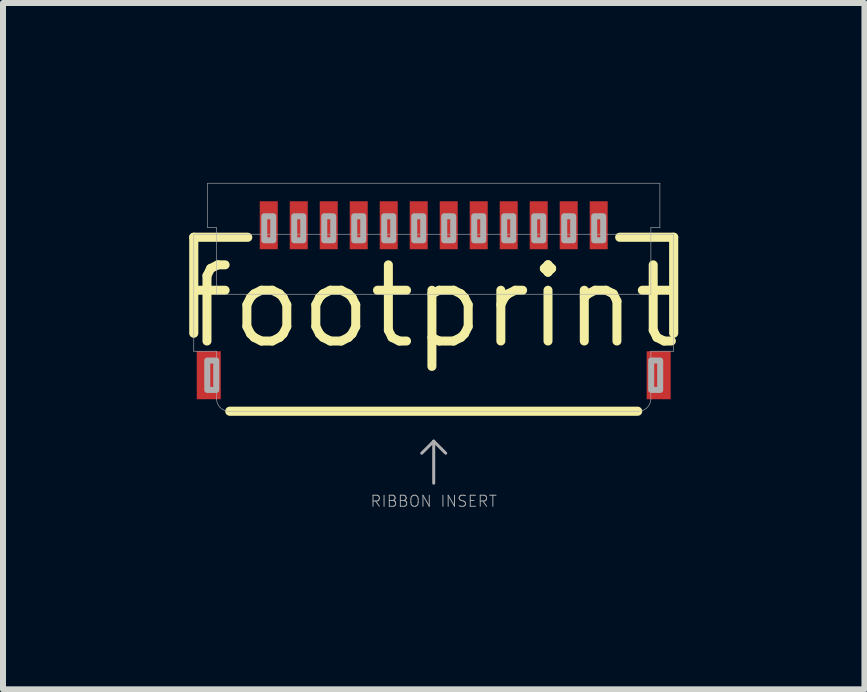
<source format=kicad_pcb>
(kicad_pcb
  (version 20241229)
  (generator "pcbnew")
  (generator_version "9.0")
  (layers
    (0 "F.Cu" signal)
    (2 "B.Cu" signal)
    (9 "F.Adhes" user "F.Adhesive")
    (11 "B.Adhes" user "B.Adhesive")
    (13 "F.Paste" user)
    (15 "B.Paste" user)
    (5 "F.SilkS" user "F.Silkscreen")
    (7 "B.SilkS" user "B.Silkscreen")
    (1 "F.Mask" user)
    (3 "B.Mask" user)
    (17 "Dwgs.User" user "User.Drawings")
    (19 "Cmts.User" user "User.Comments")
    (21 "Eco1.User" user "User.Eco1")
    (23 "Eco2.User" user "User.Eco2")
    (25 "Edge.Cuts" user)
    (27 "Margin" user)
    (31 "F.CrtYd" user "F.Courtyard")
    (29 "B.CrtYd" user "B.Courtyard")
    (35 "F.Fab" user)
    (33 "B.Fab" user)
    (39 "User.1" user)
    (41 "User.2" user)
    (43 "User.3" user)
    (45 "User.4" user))
  (footprint "footprint"
    (layer "F.Cu")
    (at 4.18 2.055)
    (property "Reference" "footprint" (at 0 0 0) (layer "F.SilkS") (effects (font (size 1.27 1.27) (thickness 0.15))))
    (fp_line (start -4 -1.15) (end -4 0.45) (stroke (width 0.152) (type solid)) (layer "F.SilkS"))
    (fp_line (start -4 -1.15) (end -3.1 -1.15) (stroke (width 0.152) (type solid)) (layer "F.SilkS"))
    (fp_line (start -3.4 1.75) (end 3.4 1.75) (stroke (width 0.152) (type solid)) (layer "F.SilkS"))
    (fp_line (start 4 -1.15) (end 3.1 -1.15) (stroke (width 0.152) (type solid)) (layer "F.SilkS"))
    (fp_line (start 4 -1.15) (end 4 0.45) (stroke (width 0.152) (type solid)) (layer "F.SilkS"))
    (fp_line (start -4 -1.2) (end -4 0.75) (stroke (width 0.01) (type solid)) (layer "F.Fab"))
    (fp_line (start -4 -1.2) (end -3.62 -1.2) (stroke (width 0.01) (type solid)) (layer "F.Fab"))
    (fp_line (start -3.77 -2.05) (end -3.77 -1.31) (stroke (width 0.01) (type solid)) (layer "F.Fab"))
    (fp_line (start -3.77 -2.05) (end 3.77 -2.05) (stroke (width 0.01) (type solid)) (layer "F.Fab"))
    (fp_line (start -3.62 -1.31) (end -3.77 -1.31) (stroke (width 0.01) (type solid)) (layer "F.Fab"))
    (fp_line (start -3.62 -1.2) (end -3.62 -1.31) (stroke (width 0.01) (type solid)) (layer "F.Fab"))
    (fp_line (start -3.62 -1.2) (end 3.62 -1.2) (stroke (width 0.01) (type solid)) (layer "F.Fab"))
    (fp_line (start -3.62 -0.2) (end -3.62 -1.2) (stroke (width 0.01) (type solid)) (layer "F.Fab"))
    (fp_line (start -3.62 -0.2) (end 3.62 -0.2) (stroke (width 0.01) (type solid)) (layer "F.Fab"))
    (fp_line (start -3.62 0.75) (end -4 0.75) (stroke (width 0.01) (type solid)) (layer "F.Fab"))
    (fp_line (start -3.62 1.55) (end -3.62 0.75) (stroke (width 0.01) (type solid)) (layer "F.Fab"))
    (fp_line (start 0 2.25) (end -0.2 2.45) (stroke (width 0.05) (type solid)) (layer "F.Fab"))
    (fp_line (start 0 2.25) (end 0.2 2.45) (stroke (width 0.05) (type solid)) (layer "F.Fab"))
    (fp_line (start 0 2.95) (end 0 2.25) (stroke (width 0.05) (type solid)) (layer "F.Fab"))
    (fp_line (start 3.41 1.75) (end -3.41 1.75) (stroke (width 0.01) (type solid)) (layer "F.Fab"))
    (fp_line (start 3.62 -1.31) (end 3.77 -1.31) (stroke (width 0.01) (type solid)) (layer "F.Fab"))
    (fp_line (start 3.62 -1.2) (end 3.62 -1.31) (stroke (width 0.01) (type solid)) (layer "F.Fab"))
    (fp_line (start 3.62 -1.2) (end 4 -1.2) (stroke (width 0.01) (type solid)) (layer "F.Fab"))
    (fp_line (start 3.62 -0.2) (end 3.62 -1.2) (stroke (width 0.01) (type solid)) (layer "F.Fab"))
    (fp_line (start 3.62 1.55) (end 3.62 0.75) (stroke (width 0.01) (type solid)) (layer "F.Fab"))
    (fp_line (start 3.77 -1.31) (end 3.77 -2.05) (stroke (width 0.01) (type solid)) (layer "F.Fab"))
    (fp_line (start 4 -1.2) (end 4 0.75) (stroke (width 0.01) (type solid)) (layer "F.Fab"))
    (fp_line (start 4 0.75) (end 3.62 0.75) (stroke (width 0.01) (type solid)) (layer "F.Fab"))
    (fp_arc (start -3.409999 1.749999) (mid -3.55542 1.692442) (end -3.62 1.55) (stroke (width 0.01) (type solid)) (layer "F.Fab"))
    (fp_arc (start 3.62 1.55) (mid 3.55542 1.692442) (end 3.409999 1.749999) (stroke (width 0.01) (type solid)) (layer "F.Fab"))
    (fp_poly (pts (xy -3.775 1.395) (xy -3.625 1.395) (xy -3.625 0.905) (xy -3.775 0.905)) (stroke (width 0.1) (type solid)) (fill no) (layer "F.Fab"))
    (fp_poly (pts (xy -2.825 -1.1) (xy -2.675 -1.1) (xy -2.675 -1.5) (xy -2.825 -1.5)) (stroke (width 0.1) (type solid)) (fill no) (layer "F.Fab"))
    (fp_poly (pts (xy -2.325 -1.1) (xy -2.175 -1.1) (xy -2.175 -1.5) (xy -2.325 -1.5)) (stroke (width 0.1) (type solid)) (fill no) (layer "F.Fab"))
    (fp_poly (pts (xy -1.825 -1.1) (xy -1.675 -1.1) (xy -1.675 -1.5) (xy -1.825 -1.5)) (stroke (width 0.1) (type solid)) (fill no) (layer "F.Fab"))
    (fp_poly (pts (xy -1.325 -1.1) (xy -1.175 -1.1) (xy -1.175 -1.5) (xy -1.325 -1.5)) (stroke (width 0.1) (type solid)) (fill no) (layer "F.Fab"))
    (fp_poly (pts (xy -0.825 -1.1) (xy -0.675 -1.1) (xy -0.675 -1.5) (xy -0.825 -1.5)) (stroke (width 0.1) (type solid)) (fill no) (layer "F.Fab"))
    (fp_poly (pts (xy -0.325 -1.1) (xy -0.175 -1.1) (xy -0.175 -1.5) (xy -0.325 -1.5)) (stroke (width 0.1) (type solid)) (fill no) (layer "F.Fab"))
    (fp_poly (pts (xy 0.175 -1.1) (xy 0.325 -1.1) (xy 0.325 -1.5) (xy 0.175 -1.5)) (stroke (width 0.1) (type solid)) (fill no) (layer "F.Fab"))
    (fp_poly (pts (xy 0.675 -1.1) (xy 0.825 -1.1) (xy 0.825 -1.5) (xy 0.675 -1.5)) (stroke (width 0.1) (type solid)) (fill no) (layer "F.Fab"))
    (fp_poly (pts (xy 1.175 -1.1) (xy 1.325 -1.1) (xy 1.325 -1.5) (xy 1.175 -1.5)) (stroke (width 0.1) (type solid)) (fill no) (layer "F.Fab"))
    (fp_poly (pts (xy 1.675 -1.1) (xy 1.825 -1.1) (xy 1.825 -1.5) (xy 1.675 -1.5)) (stroke (width 0.1) (type solid)) (fill no) (layer "F.Fab"))
    (fp_poly (pts (xy 2.175 -1.1) (xy 2.325 -1.1) (xy 2.325 -1.5) (xy 2.175 -1.5)) (stroke (width 0.1) (type solid)) (fill no) (layer "F.Fab"))
    (fp_poly (pts (xy 2.675 -1.1) (xy 2.825 -1.1) (xy 2.825 -1.5) (xy 2.675 -1.5)) (stroke (width 0.1) (type solid)) (fill no) (layer "F.Fab"))
    (fp_poly (pts (xy 3.625 1.395) (xy 3.775 1.395) (xy 3.775 0.905) (xy 3.625 0.905)) (stroke (width 0.1) (type solid)) (fill no) (layer "F.Fab"))
    (fp_text user "RIBBON INSERT" (at 0 3.25 0) (layer "F.Fab") (effects (font (size 0.184 0.184) (thickness 0.016))))
    (pad "1" smd rect (at -2.75 -1.35) (size 0.3 0.8) (layers "F.Cu" "F.Mask"))
    (pad "2" smd rect (at -2.25 -1.35) (size 0.3 0.8) (layers "F.Cu" "F.Mask"))
    (pad "3" smd rect (at -1.75 -1.35) (size 0.3 0.8) (layers "F.Cu" "F.Mask"))
    (pad "4" smd rect (at -1.25 -1.35) (size 0.3 0.8) (layers "F.Cu" "F.Mask"))
    (pad "5" smd rect (at -0.75 -1.35) (size 0.3 0.8) (layers "F.Cu" "F.Mask"))
    (pad "6" smd rect (at -0.25 -1.35) (size 0.3 0.8) (layers "F.Cu" "F.Mask"))
    (pad "7" smd rect (at 0.25 -1.35) (size 0.3 0.8) (layers "F.Cu" "F.Mask"))
    (pad "8" smd rect (at 0.75 -1.35) (size 0.3 0.8) (layers "F.Cu" "F.Mask"))
    (pad "9" smd rect (at 1.25 -1.35) (size 0.3 0.8) (layers "F.Cu" "F.Mask"))
    (pad "10" smd rect (at 1.75 -1.35) (size 0.3 0.8) (layers "F.Cu" "F.Mask"))
    (pad "11" smd rect (at 2.25 -1.35) (size 0.3 0.8) (layers "F.Cu" "F.Mask"))
    (pad "12" smd rect (at 2.75 -1.35) (size 0.3 0.8) (layers "F.Cu" "F.Mask"))
    (pad "MP1" smd rect (at -3.75 1.15) (size 0.4 0.8) (layers "F.Cu" "F.Mask" "F.Paste"))
    (pad "MP2" smd rect (at 3.75 1.15) (size 0.4 0.8) (layers "F.Cu" "F.Mask" "F.Paste")))
  (gr_rect
    (start -3 -3)
    (end 11.36 8.441)
    (stroke (width 0.1) (type default))
    (fill no)
    (layer "Edge.Cuts")))
</source>
